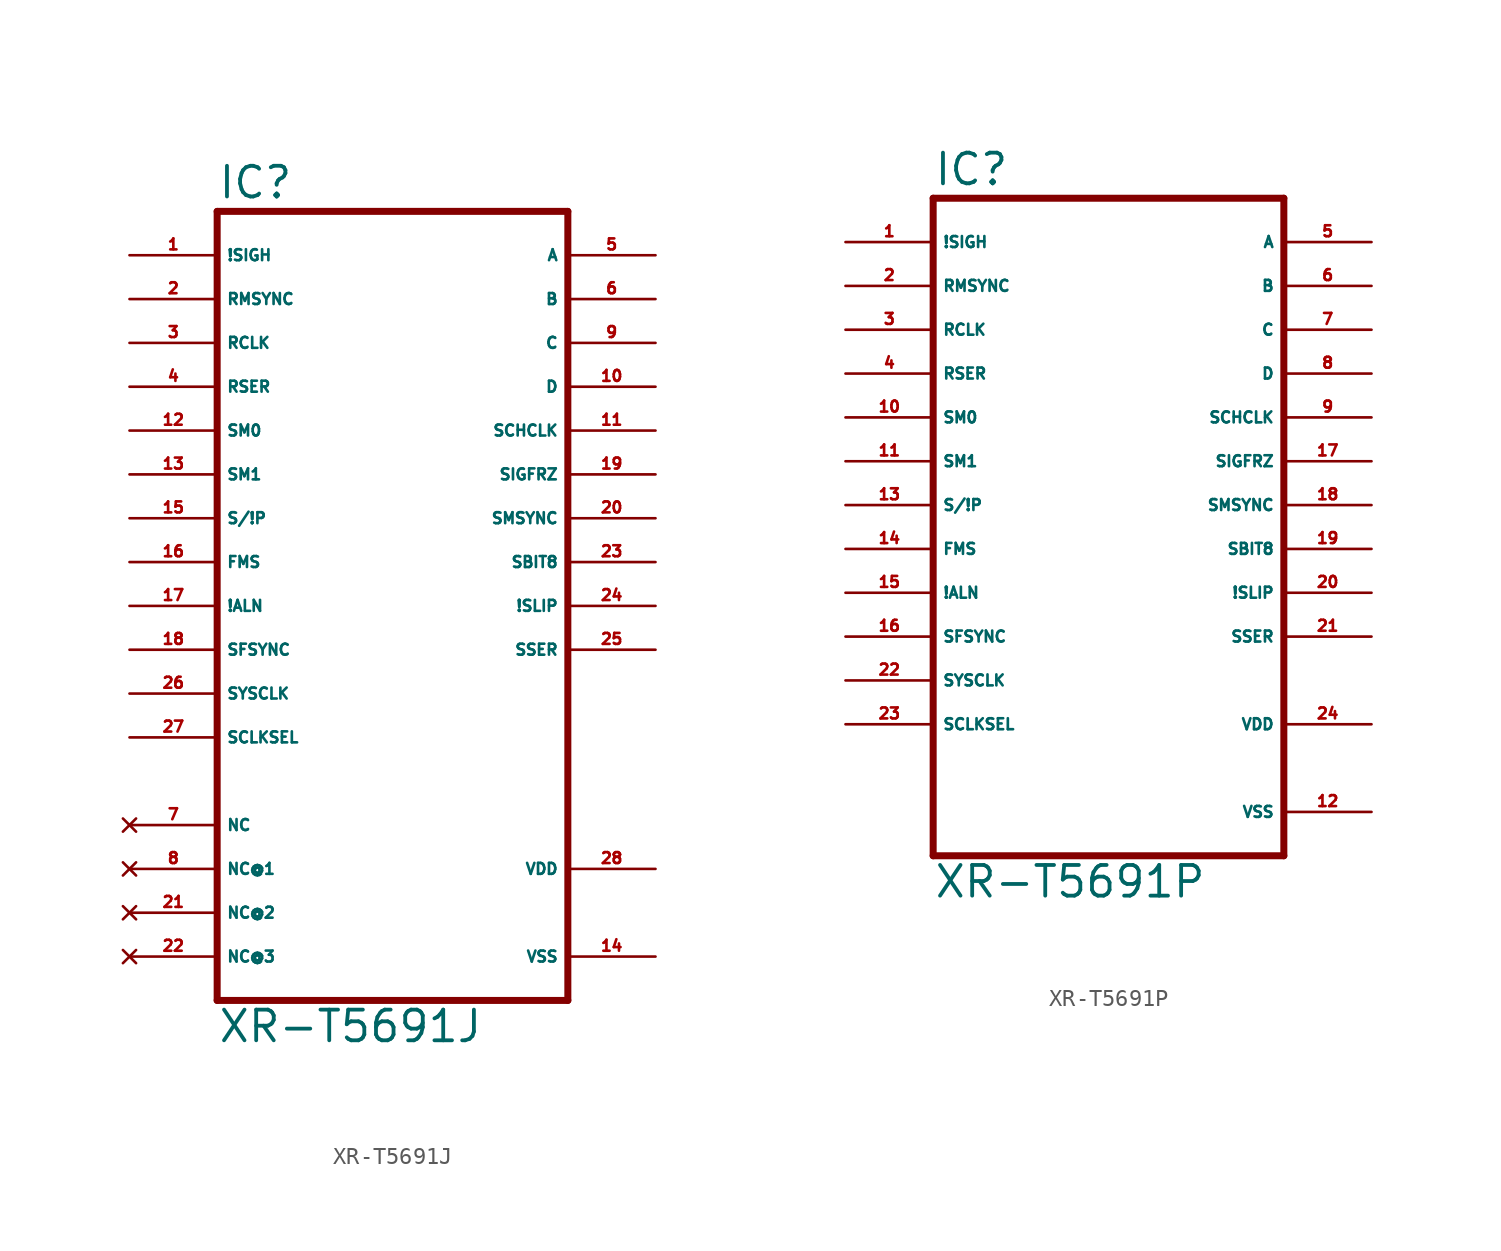
<source format=kicad_sym>
(kicad_symbol_lib
  (version 20220914)
  (generator Eagle2Kicad)
  (symbol "XR-T5691J"
    (property "Reference" "IC"
      (at -10.16 23.495 0)
      (effects (font (size 1.778 1.778) (thickness 0.22)) (justify left bottom)))
    (property "Value" "XR-T5691J"
      (at -10.16 -25.4 0)
      (effects (font (size 1.778 1.778) (thickness 0.22)) (justify left bottom)))
    (polyline
      (pts (xy 10.16 -22.86) (xy -10.16 -22.86))
      (stroke (width 0.406) (type default))
      (fill (type none)))
    (polyline
      (pts (xy -10.16 -22.86) (xy -10.16 22.86))
      (stroke (width 0.406) (type default))
      (fill (type none)))
    (polyline
      (pts (xy -10.16 22.86) (xy 10.16 22.86))
      (stroke (width 0.406) (type default))
      (fill (type none)))
    (polyline
      (pts (xy 10.16 22.86) (xy 10.16 -22.86))
      (stroke (width 0.406) (type default))
      (fill (type none)))
    (pin input line
      (at -15.24 20.32 0)
      (length 5.08)
      (name "!SIGH" (effects (font (size 0.635 0.635) (thickness 0.08)) (justify left bottom)))
      (number "1" (effects (font (size 0.635 0.635) (thickness 0.08)) (justify left bottom))))
    (pin input line
      (at -15.24 17.78 0)
      (length 5.08)
      (name "RMSYNC" (effects (font (size 0.635 0.635) (thickness 0.08)) (justify left bottom)))
      (number "2" (effects (font (size 0.635 0.635) (thickness 0.08)) (justify left bottom))))
    (pin input line
      (at -15.24 15.24 0)
      (length 5.08)
      (name "RCLK" (effects (font (size 0.635 0.635) (thickness 0.08)) (justify left bottom)))
      (number "3" (effects (font (size 0.635 0.635) (thickness 0.08)) (justify left bottom))))
    (pin input line
      (at -15.24 12.7 0)
      (length 5.08)
      (name "RSER" (effects (font (size 0.635 0.635) (thickness 0.08)) (justify left bottom)))
      (number "4" (effects (font (size 0.635 0.635) (thickness 0.08)) (justify left bottom))))
    (pin input line
      (at -15.24 10.16 0)
      (length 5.08)
      (name "SM0" (effects (font (size 0.635 0.635) (thickness 0.08)) (justify left bottom)))
      (number "12" (effects (font (size 0.635 0.635) (thickness 0.08)) (justify left bottom))))
    (pin input line
      (at -15.24 7.62 0)
      (length 5.08)
      (name "SM1" (effects (font (size 0.635 0.635) (thickness 0.08)) (justify left bottom)))
      (number "13" (effects (font (size 0.635 0.635) (thickness 0.08)) (justify left bottom))))
    (pin input line
      (at -15.24 5.08 0)
      (length 5.08)
      (name "S/!P" (effects (font (size 0.635 0.635) (thickness 0.08)) (justify left bottom)))
      (number "15" (effects (font (size 0.635 0.635) (thickness 0.08)) (justify left bottom))))
    (pin input line
      (at -15.24 2.54 0)
      (length 5.08)
      (name "FMS" (effects (font (size 0.635 0.635) (thickness 0.08)) (justify left bottom)))
      (number "16" (effects (font (size 0.635 0.635) (thickness 0.08)) (justify left bottom))))
    (pin input line
      (at -15.24 0 0)
      (length 5.08)
      (name "!ALN" (effects (font (size 0.635 0.635) (thickness 0.08)) (justify left bottom)))
      (number "17" (effects (font (size 0.635 0.635) (thickness 0.08)) (justify left bottom))))
    (pin input line
      (at -15.24 -2.54 0)
      (length 5.08)
      (name "SFSYNC" (effects (font (size 0.635 0.635) (thickness 0.08)) (justify left bottom)))
      (number "18" (effects (font (size 0.635 0.635) (thickness 0.08)) (justify left bottom))))
    (pin input line
      (at -15.24 -5.08 0)
      (length 5.08)
      (name "SYSCLK" (effects (font (size 0.635 0.635) (thickness 0.08)) (justify left bottom)))
      (number "26" (effects (font (size 0.635 0.635) (thickness 0.08)) (justify left bottom))))
    (pin input line
      (at -15.24 -7.62 0)
      (length 5.08)
      (name "SCLKSEL" (effects (font (size 0.635 0.635) (thickness 0.08)) (justify left bottom)))
      (number "27" (effects (font (size 0.635 0.635) (thickness 0.08)) (justify left bottom))))
    (pin output line
      (at 15.24 20.32 180)
      (length 5.08)
      (name "A" (effects (font (size 0.635 0.635) (thickness 0.08)) (justify left bottom)))
      (number "5" (effects (font (size 0.635 0.635) (thickness 0.08)) (justify left bottom))))
    (pin output line
      (at 15.24 17.78 180)
      (length 5.08)
      (name "B" (effects (font (size 0.635 0.635) (thickness 0.08)) (justify left bottom)))
      (number "6" (effects (font (size 0.635 0.635) (thickness 0.08)) (justify left bottom))))
    (pin output line
      (at 15.24 15.24 180)
      (length 5.08)
      (name "C" (effects (font (size 0.635 0.635) (thickness 0.08)) (justify left bottom)))
      (number "9" (effects (font (size 0.635 0.635) (thickness 0.08)) (justify left bottom))))
    (pin output line
      (at 15.24 12.7 180)
      (length 5.08)
      (name "D" (effects (font (size 0.635 0.635) (thickness 0.08)) (justify left bottom)))
      (number "10" (effects (font (size 0.635 0.635) (thickness 0.08)) (justify left bottom))))
    (pin output line
      (at 15.24 7.62 180)
      (length 5.08)
      (name "SIGFRZ" (effects (font (size 0.635 0.635) (thickness 0.08)) (justify left bottom)))
      (number "19" (effects (font (size 0.635 0.635) (thickness 0.08)) (justify left bottom))))
    (pin output line
      (at 15.24 5.08 180)
      (length 5.08)
      (name "SMSYNC" (effects (font (size 0.635 0.635) (thickness 0.08)) (justify left bottom)))
      (number "20" (effects (font (size 0.635 0.635) (thickness 0.08)) (justify left bottom))))
    (pin output line
      (at 15.24 2.54 180)
      (length 5.08)
      (name "SBIT8" (effects (font (size 0.635 0.635) (thickness 0.08)) (justify left bottom)))
      (number "23" (effects (font (size 0.635 0.635) (thickness 0.08)) (justify left bottom))))
    (pin output line
      (at 15.24 0 180)
      (length 5.08)
      (name "!SLIP" (effects (font (size 0.635 0.635) (thickness 0.08)) (justify left bottom)))
      (number "24" (effects (font (size 0.635 0.635) (thickness 0.08)) (justify left bottom))))
    (pin output line
      (at 15.24 -2.54 180)
      (length 5.08)
      (name "SSER" (effects (font (size 0.635 0.635) (thickness 0.08)) (justify left bottom)))
      (number "25" (effects (font (size 0.635 0.635) (thickness 0.08)) (justify left bottom))))
    (pin output line
      (at 15.24 10.16 180)
      (length 5.08)
      (name "SCHCLK" (effects (font (size 0.635 0.635) (thickness 0.08)) (justify left bottom)))
      (number "11" (effects (font (size 0.635 0.635) (thickness 0.08)) (justify left bottom))))
    (pin unspecified line
      (at 15.24 -15.24 180)
      (length 5.08)
      (name "VDD" (effects (font (size 0.635 0.635) (thickness 0.08)) (justify left bottom)))
      (number "28" (effects (font (size 0.635 0.635) (thickness 0.08)) (justify left bottom))))
    (pin unspecified line
      (at 15.24 -20.32 180)
      (length 5.08)
      (name "VSS" (effects (font (size 0.635 0.635) (thickness 0.08)) (justify left bottom)))
      (number "14" (effects (font (size 0.635 0.635) (thickness 0.08)) (justify left bottom))))
    (pin no_connect line
      (at -15.24 -12.7 0)
      (length 5.08)
      (name "NC" (effects (font (size 0.635 0.635) (thickness 0.08)) (justify left bottom) hide))
      (number "7" (effects (font (size 0.635 0.635) (thickness 0.08)) (justify left bottom) hide)))
    (pin no_connect line
      (at -15.24 -15.24 0)
      (length 5.08)
      (name "NC@1" (effects (font (size 0.635 0.635) (thickness 0.08)) (justify left bottom) hide))
      (number "8" (effects (font (size 0.635 0.635) (thickness 0.08)) (justify left bottom) hide)))
    (pin no_connect line
      (at -15.24 -17.78 0)
      (length 5.08)
      (name "NC@2" (effects (font (size 0.635 0.635) (thickness 0.08)) (justify left bottom) hide))
      (number "21" (effects (font (size 0.635 0.635) (thickness 0.08)) (justify left bottom) hide)))
    (pin no_connect line
      (at -15.24 -20.32 0)
      (length 5.08)
      (name "NC@3" (effects (font (size 0.635 0.635) (thickness 0.08)) (justify left bottom) hide))
      (number "22" (effects (font (size 0.635 0.635) (thickness 0.08)) (justify left bottom) hide))))
  (symbol "XR-T5691P"
    (property "Reference" "IC"
      (at -10.16 18.415 0)
      (effects (font (size 1.778 1.778) (thickness 0.22)) (justify left bottom)))
    (property "Value" "XR-T5691P"
      (at -10.16 -22.86 0)
      (effects (font (size 1.778 1.778) (thickness 0.22)) (justify left bottom)))
    (polyline
      (pts (xy 10.16 -20.32) (xy -10.16 -20.32))
      (stroke (width 0.406) (type default))
      (fill (type none)))
    (polyline
      (pts (xy -10.16 -20.32) (xy -10.16 17.78))
      (stroke (width 0.406) (type default))
      (fill (type none)))
    (polyline
      (pts (xy -10.16 17.78) (xy 10.16 17.78))
      (stroke (width 0.406) (type default))
      (fill (type none)))
    (polyline
      (pts (xy 10.16 17.78) (xy 10.16 -20.32))
      (stroke (width 0.406) (type default))
      (fill (type none)))
    (pin input line
      (at -15.24 15.24 0)
      (length 5.08)
      (name "!SIGH" (effects (font (size 0.635 0.635) (thickness 0.08)) (justify left bottom)))
      (number "1" (effects (font (size 0.635 0.635) (thickness 0.08)) (justify left bottom))))
    (pin input line
      (at -15.24 12.7 0)
      (length 5.08)
      (name "RMSYNC" (effects (font (size 0.635 0.635) (thickness 0.08)) (justify left bottom)))
      (number "2" (effects (font (size 0.635 0.635) (thickness 0.08)) (justify left bottom))))
    (pin input line
      (at -15.24 10.16 0)
      (length 5.08)
      (name "RCLK" (effects (font (size 0.635 0.635) (thickness 0.08)) (justify left bottom)))
      (number "3" (effects (font (size 0.635 0.635) (thickness 0.08)) (justify left bottom))))
    (pin input line
      (at -15.24 7.62 0)
      (length 5.08)
      (name "RSER" (effects (font (size 0.635 0.635) (thickness 0.08)) (justify left bottom)))
      (number "4" (effects (font (size 0.635 0.635) (thickness 0.08)) (justify left bottom))))
    (pin input line
      (at -15.24 5.08 0)
      (length 5.08)
      (name "SM0" (effects (font (size 0.635 0.635) (thickness 0.08)) (justify left bottom)))
      (number "10" (effects (font (size 0.635 0.635) (thickness 0.08)) (justify left bottom))))
    (pin input line
      (at -15.24 2.54 0)
      (length 5.08)
      (name "SM1" (effects (font (size 0.635 0.635) (thickness 0.08)) (justify left bottom)))
      (number "11" (effects (font (size 0.635 0.635) (thickness 0.08)) (justify left bottom))))
    (pin input line
      (at -15.24 0 0)
      (length 5.08)
      (name "S/!P" (effects (font (size 0.635 0.635) (thickness 0.08)) (justify left bottom)))
      (number "13" (effects (font (size 0.635 0.635) (thickness 0.08)) (justify left bottom))))
    (pin input line
      (at -15.24 -2.54 0)
      (length 5.08)
      (name "FMS" (effects (font (size 0.635 0.635) (thickness 0.08)) (justify left bottom)))
      (number "14" (effects (font (size 0.635 0.635) (thickness 0.08)) (justify left bottom))))
    (pin input line
      (at -15.24 -5.08 0)
      (length 5.08)
      (name "!ALN" (effects (font (size 0.635 0.635) (thickness 0.08)) (justify left bottom)))
      (number "15" (effects (font (size 0.635 0.635) (thickness 0.08)) (justify left bottom))))
    (pin input line
      (at -15.24 -7.62 0)
      (length 5.08)
      (name "SFSYNC" (effects (font (size 0.635 0.635) (thickness 0.08)) (justify left bottom)))
      (number "16" (effects (font (size 0.635 0.635) (thickness 0.08)) (justify left bottom))))
    (pin input line
      (at -15.24 -10.16 0)
      (length 5.08)
      (name "SYSCLK" (effects (font (size 0.635 0.635) (thickness 0.08)) (justify left bottom)))
      (number "22" (effects (font (size 0.635 0.635) (thickness 0.08)) (justify left bottom))))
    (pin input line
      (at -15.24 -12.7 0)
      (length 5.08)
      (name "SCLKSEL" (effects (font (size 0.635 0.635) (thickness 0.08)) (justify left bottom)))
      (number "23" (effects (font (size 0.635 0.635) (thickness 0.08)) (justify left bottom))))
    (pin output line
      (at 15.24 15.24 180)
      (length 5.08)
      (name "A" (effects (font (size 0.635 0.635) (thickness 0.08)) (justify left bottom)))
      (number "5" (effects (font (size 0.635 0.635) (thickness 0.08)) (justify left bottom))))
    (pin output line
      (at 15.24 12.7 180)
      (length 5.08)
      (name "B" (effects (font (size 0.635 0.635) (thickness 0.08)) (justify left bottom)))
      (number "6" (effects (font (size 0.635 0.635) (thickness 0.08)) (justify left bottom))))
    (pin output line
      (at 15.24 10.16 180)
      (length 5.08)
      (name "C" (effects (font (size 0.635 0.635) (thickness 0.08)) (justify left bottom)))
      (number "7" (effects (font (size 0.635 0.635) (thickness 0.08)) (justify left bottom))))
    (pin output line
      (at 15.24 7.62 180)
      (length 5.08)
      (name "D" (effects (font (size 0.635 0.635) (thickness 0.08)) (justify left bottom)))
      (number "8" (effects (font (size 0.635 0.635) (thickness 0.08)) (justify left bottom))))
    (pin output line
      (at 15.24 2.54 180)
      (length 5.08)
      (name "SIGFRZ" (effects (font (size 0.635 0.635) (thickness 0.08)) (justify left bottom)))
      (number "17" (effects (font (size 0.635 0.635) (thickness 0.08)) (justify left bottom))))
    (pin output line
      (at 15.24 0 180)
      (length 5.08)
      (name "SMSYNC" (effects (font (size 0.635 0.635) (thickness 0.08)) (justify left bottom)))
      (number "18" (effects (font (size 0.635 0.635) (thickness 0.08)) (justify left bottom))))
    (pin output line
      (at 15.24 -2.54 180)
      (length 5.08)
      (name "SBIT8" (effects (font (size 0.635 0.635) (thickness 0.08)) (justify left bottom)))
      (number "19" (effects (font (size 0.635 0.635) (thickness 0.08)) (justify left bottom))))
    (pin output line
      (at 15.24 -5.08 180)
      (length 5.08)
      (name "!SLIP" (effects (font (size 0.635 0.635) (thickness 0.08)) (justify left bottom)))
      (number "20" (effects (font (size 0.635 0.635) (thickness 0.08)) (justify left bottom))))
    (pin output line
      (at 15.24 -7.62 180)
      (length 5.08)
      (name "SSER" (effects (font (size 0.635 0.635) (thickness 0.08)) (justify left bottom)))
      (number "21" (effects (font (size 0.635 0.635) (thickness 0.08)) (justify left bottom))))
    (pin output line
      (at 15.24 5.08 180)
      (length 5.08)
      (name "SCHCLK" (effects (font (size 0.635 0.635) (thickness 0.08)) (justify left bottom)))
      (number "9" (effects (font (size 0.635 0.635) (thickness 0.08)) (justify left bottom))))
    (pin unspecified line
      (at 15.24 -12.7 180)
      (length 5.08)
      (name "VDD" (effects (font (size 0.635 0.635) (thickness 0.08)) (justify left bottom)))
      (number "24" (effects (font (size 0.635 0.635) (thickness 0.08)) (justify left bottom))))
    (pin unspecified line
      (at 15.24 -17.78 180)
      (length 5.08)
      (name "VSS" (effects (font (size 0.635 0.635) (thickness 0.08)) (justify left bottom)))
      (number "12" (effects (font (size 0.635 0.635) (thickness 0.08)) (justify left bottom))))))
</source>
